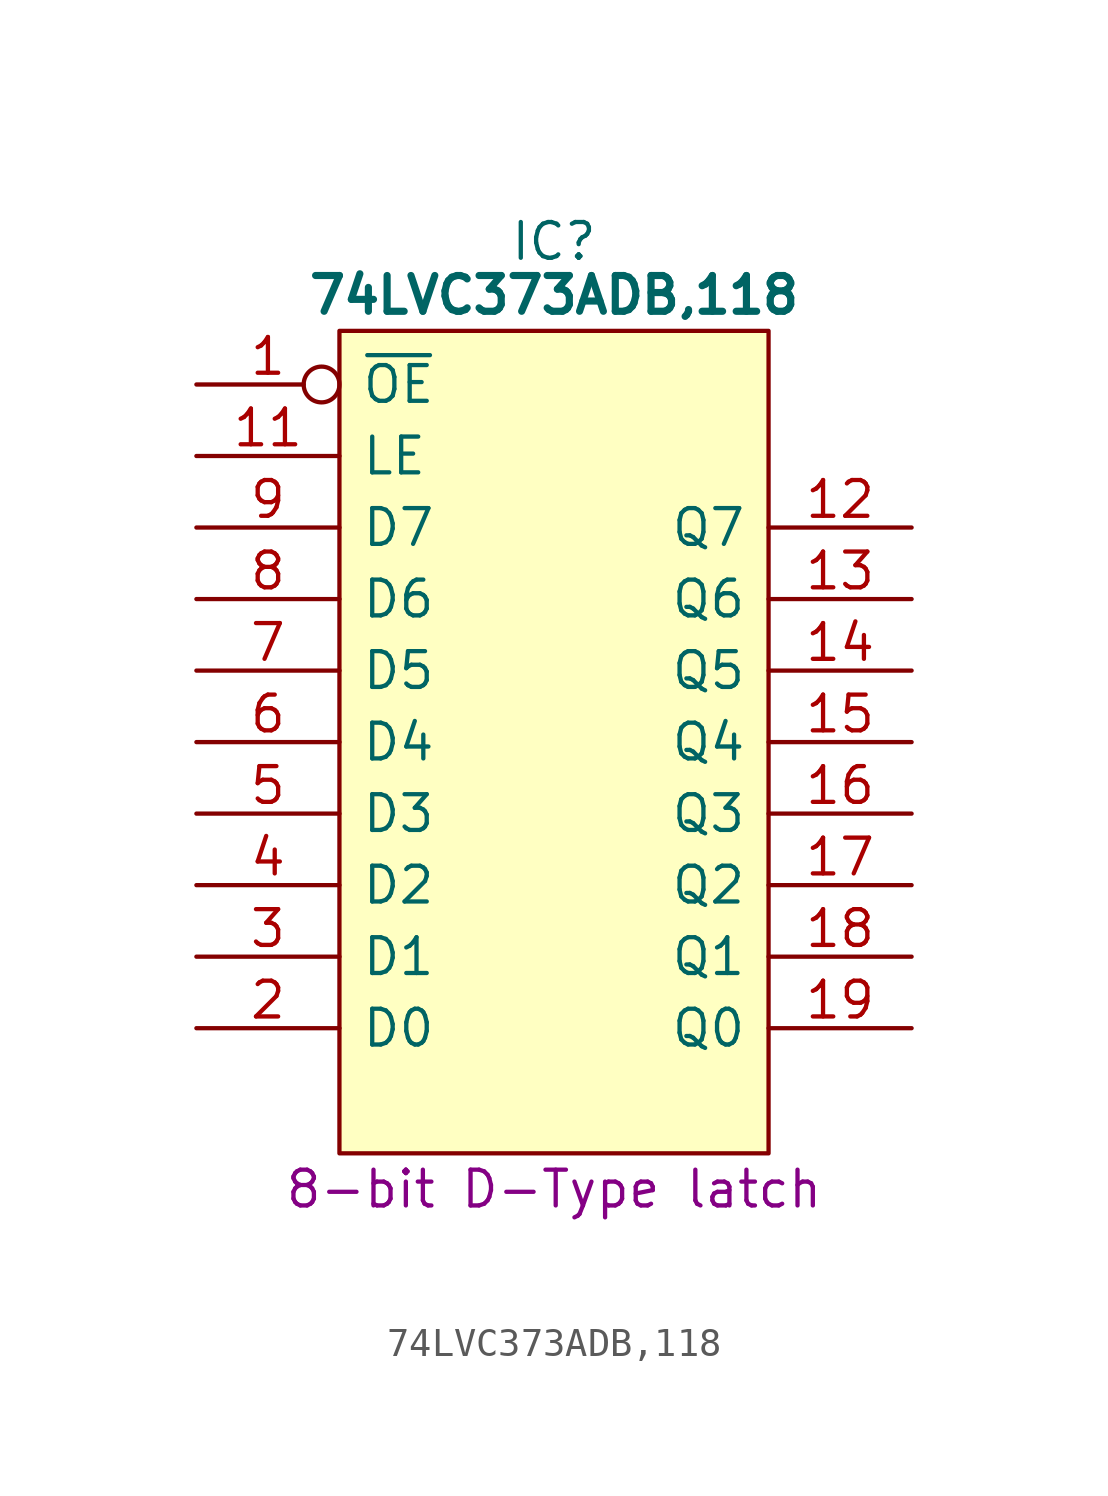
<source format=kicad_sym>
(kicad_symbol_lib
  (version 20231120)
  (generator "kicad_symbol_editor")
  (generator_version "8.0")
  (symbol "74LVC373ADB,118"
    (pin_names
      (offset 0.762))
    (property "Reference" "IC"
      (at 12.7 5.08 0)
      (effects (font (size 1.27 1.27))))
    (property "Value" "74LVC373ADB,118"
      (at 12.7 3.175 0)
      (effects (font (size 1.27 1.27) (bold yes))))
    (property "Description" "8-bit D-Type latch"
      (at 12.7 -28.575 0)
      (effects (font (size 1.27 1.27))))
    (symbol "74LVC373ADB,118_0_0"
      (pin input inverted (at 0 0 0) (length 5.08) (name "~{OE}" (effects (font (size 1.27 1.27)))) (number "1" (effects (font (size 1.27 1.27)))))
      (pin passive line (at 0 -25.4 0) (length 5.08) hide (name "GND" (effects (font (size 1.27 1.27)))) (number "10" (effects (font (size 1.27 1.27)))))
      (pin input line (at 0 -2.54 0) (length 5.08) (name "LE" (effects (font (size 1.27 1.27)))) (number "11" (effects (font (size 1.27 1.27)))))
      (pin output line (at 25.4 -5.08 180) (length 5.08) (name "Q7" (effects (font (size 1.27 1.27)))) (number "12" (effects (font (size 1.27 1.27)))))
      (pin output line (at 25.4 -7.62 180) (length 5.08) (name "Q6" (effects (font (size 1.27 1.27)))) (number "13" (effects (font (size 1.27 1.27)))))
      (pin output line (at 25.4 -10.16 180) (length 5.08) (name "Q5" (effects (font (size 1.27 1.27)))) (number "14" (effects (font (size 1.27 1.27)))))
      (pin output line (at 25.4 -12.7 180) (length 5.08) (name "Q4" (effects (font (size 1.27 1.27)))) (number "15" (effects (font (size 1.27 1.27)))))
      (pin output line (at 25.4 -15.24 180) (length 5.08) (name "Q3" (effects (font (size 1.27 1.27)))) (number "16" (effects (font (size 1.27 1.27)))))
      (pin output line (at 25.4 -17.78 180) (length 5.08) (name "Q2" (effects (font (size 1.27 1.27)))) (number "17" (effects (font (size 1.27 1.27)))))
      (pin output line (at 25.4 -20.32 180) (length 5.08) (name "Q1" (effects (font (size 1.27 1.27)))) (number "18" (effects (font (size 1.27 1.27)))))
      (pin output line (at 25.4 -22.86 180) (length 5.08) (name "Q0" (effects (font (size 1.27 1.27)))) (number "19" (effects (font (size 1.27 1.27)))))
      (pin input line (at 0 -22.86 0) (length 5.08) (name "D0" (effects (font (size 1.27 1.27)))) (number "2" (effects (font (size 1.27 1.27)))))
      (pin passive line (at 25.4 0 180) (length 5.08) hide (name "3V" (effects (font (size 1.27 1.27)))) (number "20" (effects (font (size 1.27 1.27)))))
      (pin input line (at 0 -20.32 0) (length 5.08) (name "D1" (effects (font (size 1.27 1.27)))) (number "3" (effects (font (size 1.27 1.27)))))
      (pin input line (at 0 -17.78 0) (length 5.08) (name "D2" (effects (font (size 1.27 1.27)))) (number "4" (effects (font (size 1.27 1.27)))))
      (pin input line (at 0 -15.24 0) (length 5.08) (name "D3" (effects (font (size 1.27 1.27)))) (number "5" (effects (font (size 1.27 1.27)))))
      (pin input line (at 0 -12.7 0) (length 5.08) (name "D4" (effects (font (size 1.27 1.27)))) (number "6" (effects (font (size 1.27 1.27)))))
      (pin input line (at 0 -10.16 0) (length 5.08) (name "D5" (effects (font (size 1.27 1.27)))) (number "7" (effects (font (size 1.27 1.27)))))
      (pin input line (at 0 -7.62 0) (length 5.08) (name "D6" (effects (font (size 1.27 1.27)))) (number "8" (effects (font (size 1.27 1.27)))))
      (pin input line (at 0 -5.08 0) (length 5.08) (name "D7" (effects (font (size 1.27 1.27)))) (number "9" (effects (font (size 1.27 1.27))))))
    (symbol "74LVC373ADB,118_0_1"
      (polyline (pts (xy 5.08 1.905) (xy 20.32 1.905) (xy 20.32 -27.305) (xy 5.08 -27.305) (xy 5.08 1.905)) (stroke (width 0.152) (type default)) (fill (type background))))))
</source>
